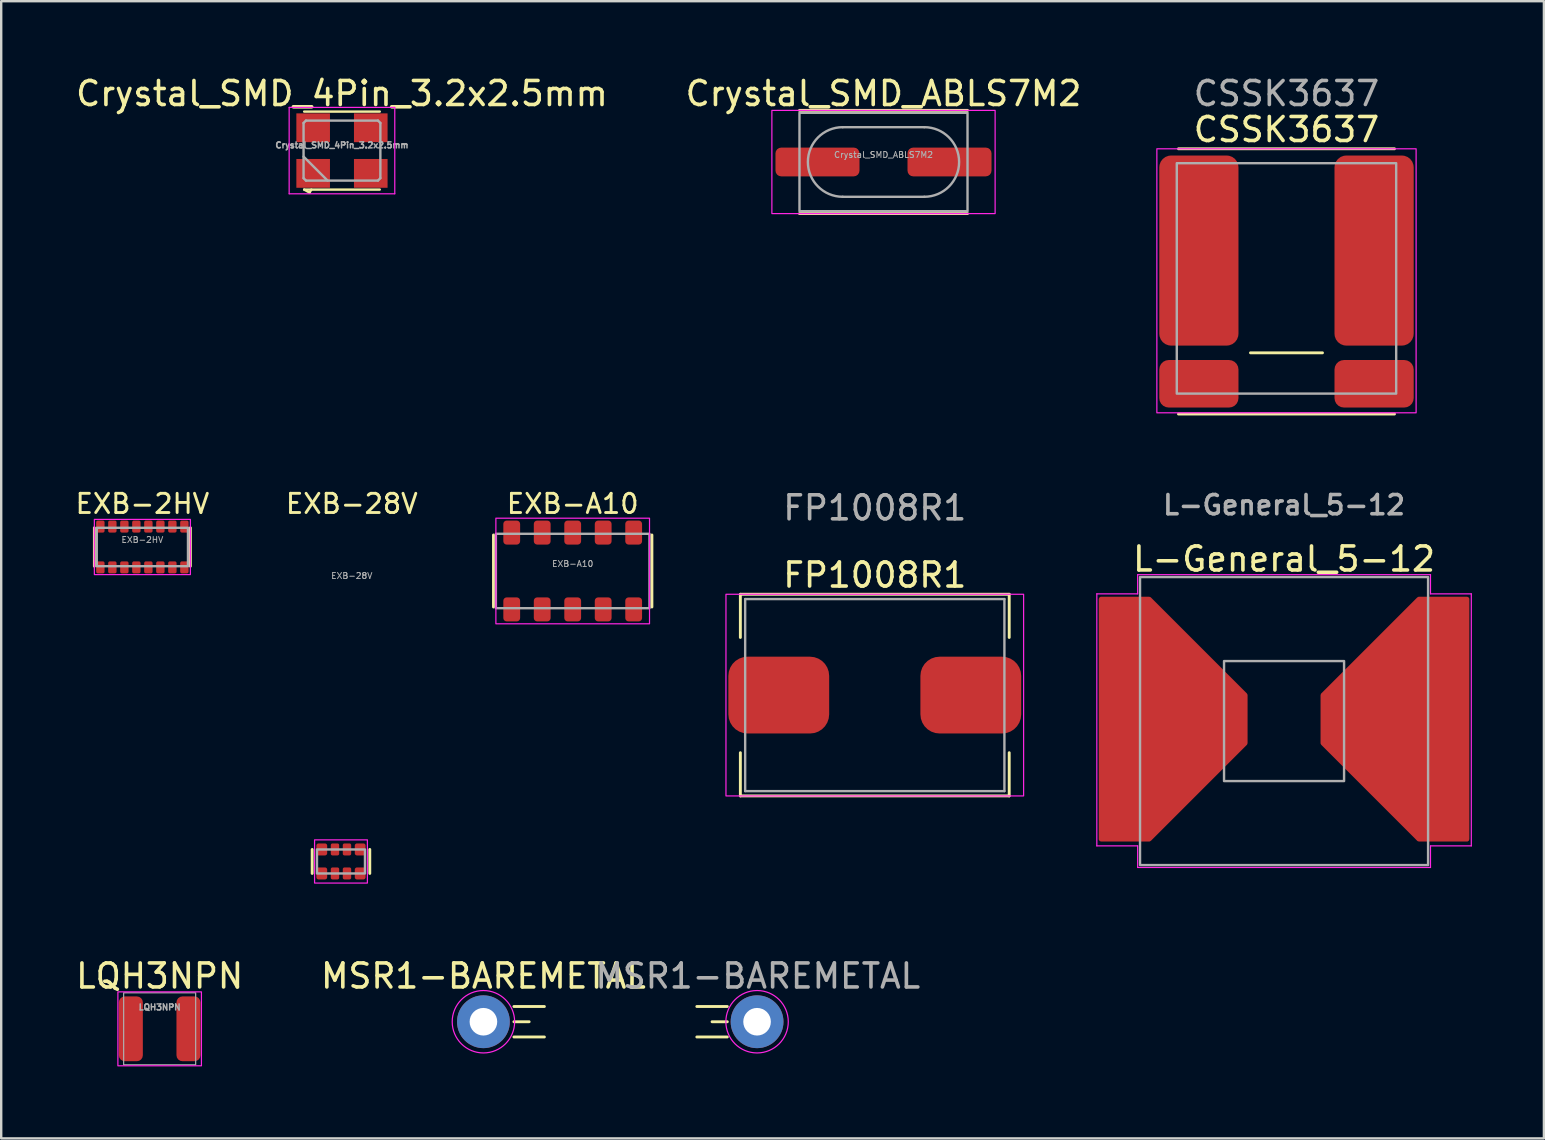
<source format=kicad_pcb>
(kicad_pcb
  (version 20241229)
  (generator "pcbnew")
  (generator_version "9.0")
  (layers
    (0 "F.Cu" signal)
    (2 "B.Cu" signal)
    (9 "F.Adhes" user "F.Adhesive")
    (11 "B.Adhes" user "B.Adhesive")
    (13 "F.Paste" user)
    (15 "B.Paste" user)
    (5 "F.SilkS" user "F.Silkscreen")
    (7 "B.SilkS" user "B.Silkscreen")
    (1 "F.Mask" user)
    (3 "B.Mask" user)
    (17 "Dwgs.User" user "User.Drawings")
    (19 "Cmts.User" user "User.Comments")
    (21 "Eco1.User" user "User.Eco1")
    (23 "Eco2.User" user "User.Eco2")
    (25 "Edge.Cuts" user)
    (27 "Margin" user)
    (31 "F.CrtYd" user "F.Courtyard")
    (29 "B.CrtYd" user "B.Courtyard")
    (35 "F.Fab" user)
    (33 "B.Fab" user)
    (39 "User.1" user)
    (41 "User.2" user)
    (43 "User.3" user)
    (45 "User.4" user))
  (footprint "Crystal_SMD_4Pin_3.2x2.5mm"
    (layer "F.Cu")
    (at 11.196 3.223)
    (property "Reference" "Crystal_SMD_4Pin_3.2x2.5mm" (at 0 -2.375 0) (layer "F.SilkS") (effects (font (size 1 1) (thickness 0.15))))
    (attr smd)
    (fp_line (start -1.575 -1.625) (end 1.575 -1.625) (stroke (width 0.1) (type solid)) (layer "F.SilkS"))
    (fp_line (start -1.575 1.625) (end -1.35 1.75) (stroke (width 0.1) (type solid)) (layer "F.SilkS"))
    (fp_line (start -1.575 1.625) (end 1.575 1.625) (stroke (width 0.1) (type solid)) (layer "F.SilkS"))
    (fp_line (start -1.35 1.75) (end -1.275 1.625) (stroke (width 0.1) (type solid)) (layer "F.SilkS"))
    (fp_line (start -2.2 -1.8) (end -2.2 1.8) (stroke (width 0.05) (type solid)) (layer "F.CrtYd"))
    (fp_line (start -2.2 1.8) (end 2.2 1.8) (stroke (width 0.05) (type solid)) (layer "F.CrtYd"))
    (fp_line (start 2.2 -1.8) (end -2.2 -1.8) (stroke (width 0.05) (type solid)) (layer "F.CrtYd"))
    (fp_line (start 2.2 1.8) (end 2.2 -1.8) (stroke (width 0.05) (type solid)) (layer "F.CrtYd"))
    (fp_line (start -1.6 -1.15) (end -1.5 -1.25) (stroke (width 0.1) (type solid)) (layer "F.Fab"))
    (fp_line (start -1.6 0.25) (end -0.6 1.25) (stroke (width 0.1) (type solid)) (layer "F.Fab"))
    (fp_line (start -1.6 1.15) (end -1.6 -1.15) (stroke (width 0.1) (type solid)) (layer "F.Fab"))
    (fp_line (start -1.5 -1.25) (end 1.5 -1.25) (stroke (width 0.1) (type solid)) (layer "F.Fab"))
    (fp_line (start -1.5 1.25) (end -1.6 1.15) (stroke (width 0.1) (type solid)) (layer "F.Fab"))
    (fp_line (start 1.5 -1.25) (end 1.6 -1.15) (stroke (width 0.1) (type solid)) (layer "F.Fab"))
    (fp_line (start 1.5 1.25) (end -1.5 1.25) (stroke (width 0.1) (type solid)) (layer "F.Fab"))
    (fp_line (start 1.6 -1.15) (end 1.6 1.15) (stroke (width 0.1) (type solid)) (layer "F.Fab"))
    (fp_line (start 1.6 1.15) (end 1.5 1.25) (stroke (width 0.1) (type solid)) (layer "F.Fab"))
    (fp_text user "${REFERENCE}" (at 0 -0.225 0) (layer "F.Fab") (effects (font (size 0.25 0.25) (thickness 0.062))))
    (pad "1" smd rect (at -1.2 0.95) (size 1.4 1.2) (layers "F.Cu" "F.Mask" "F.Paste"))
    (pad "2" smd rect (at 1.2 0.95) (size 1.4 1.2) (layers "F.Cu" "F.Mask" "F.Paste"))
    (pad "3" smd rect (at 1.2 -0.95) (size 1.4 1.2) (layers "F.Cu" "F.Mask" "F.Paste"))
    (pad "4" smd rect (at -1.2 -0.95) (size 1.4 1.2) (layers "F.Cu" "F.Mask" "F.Paste")))
  (footprint "EXB-28V"
    (layer "F.Cu")
    (at 11.155 32.837)
    (property "Reference" "EXB-28V" (at 0.45 -14.9 0) (unlocked yes) (layer "F.SilkS") (effects (font (size 0.8 0.8) (thickness 0.12))))
    (attr smd)
    (fp_line (start -1.2 -0.5) (end -1.2 0.5) (stroke (width 0.12) (type default)) (layer "F.SilkS"))
    (fp_line (start 1.2 -0.5) (end 1.2 0.5) (stroke (width 0.12) (type default)) (layer "F.SilkS"))
    (fp_rect (start -1.1 -0.9) (end 1.1 0.9) (stroke (width 0.05) (type default)) (fill no) (layer "F.CrtYd"))
    (fp_rect (start -1 -0.5) (end 1 0.5) (stroke (width 0.1) (type default)) (fill no) (layer "F.Fab"))
    (fp_text user "${REFERENCE}" (at 0.45 -11.9 0) (unlocked yes) (layer "F.Fab") (effects (font (size 0.25 0.25) (thickness 0.04))))
    (pad "1" smd roundrect (at -0.8 0.5) (size 0.45 0.5) (layers "F.Cu" "F.Mask" "F.Paste") (roundrect_rratio 0.2))
    (pad "2" smd roundrect (at -0.25 0.5) (size 0.35 0.5) (layers "F.Cu" "F.Mask" "F.Paste") (roundrect_rratio 0.2))
    (pad "3" smd roundrect (at 0.25 0.5) (size 0.35 0.5) (layers "F.Cu" "F.Mask" "F.Paste") (roundrect_rratio 0.2))
    (pad "4" smd roundrect (at 0.8 0.5) (size 0.45 0.5) (layers "F.Cu" "F.Mask" "F.Paste") (roundrect_rratio 0.2))
    (pad "5" smd roundrect (at 0.8 -0.5) (size 0.45 0.5) (layers "F.Cu" "F.Mask" "F.Paste") (roundrect_rratio 0.2))
    (pad "6" smd roundrect (at 0.25 -0.5) (size 0.35 0.5) (layers "F.Cu" "F.Mask" "F.Paste") (roundrect_rratio 0.2))
    (pad "7" smd roundrect (at -0.25 -0.5) (size 0.35 0.5) (layers "F.Cu" "F.Mask" "F.Paste") (roundrect_rratio 0.2))
    (pad "8" smd roundrect (at -0.8 -0.5) (size 0.45 0.5) (layers "F.Cu" "F.Mask" "F.Paste") (roundrect_rratio 0.2)))
  (footprint "L-General_5-12"
    (layer "F.Cu")
    (at 50.443 26.989)
    (property "Reference" "L-General_5-12" (at 0 -6.75 0) (unlocked yes) (layer "F.SilkS") (effects (font (size 1 1) (thickness 0.15))))
    (attr smd)
    (fp_line (start -7.8 -5.3) (end -6.1 -5.3) (stroke (width 0.05) (type solid)) (layer "F.CrtYd"))
    (fp_line (start -7.8 5.2) (end -7.8 -5.3) (stroke (width 0.05) (type solid)) (layer "F.CrtYd"))
    (fp_line (start -6.1 -6.1) (end 6.1 -6.1) (stroke (width 0.05) (type solid)) (layer "F.CrtYd"))
    (fp_line (start -6.1 -5.3) (end -6.1 -6.1) (stroke (width 0.05) (type solid)) (layer "F.CrtYd"))
    (fp_line (start -6.1 5.2) (end -7.8 5.2) (stroke (width 0.05) (type solid)) (layer "F.CrtYd"))
    (fp_line (start -6.1 6.1) (end -6.1 5.2) (stroke (width 0.05) (type solid)) (layer "F.CrtYd"))
    (fp_line (start 6.1 -6.1) (end 6.1 -5.3) (stroke (width 0.05) (type solid)) (layer "F.CrtYd"))
    (fp_line (start 6.1 -5.3) (end 7.8 -5.3) (stroke (width 0.05) (type solid)) (layer "F.CrtYd"))
    (fp_line (start 6.1 5.2) (end 6.1 6.1) (stroke (width 0.05) (type solid)) (layer "F.CrtYd"))
    (fp_line (start 6.1 6.1) (end -6.1 6.1) (stroke (width 0.05) (type solid)) (layer "F.CrtYd"))
    (fp_line (start 7.8 -5.3) (end 7.8 5.2) (stroke (width 0.05) (type solid)) (layer "F.CrtYd"))
    (fp_line (start 7.8 5.2) (end 6.1 5.2) (stroke (width 0.05) (type solid)) (layer "F.CrtYd"))
    (fp_rect (start -6 -6) (end 6 6) (stroke (width 0.1) (type solid)) (fill no) (layer "F.Fab"))
    (fp_rect (start -2.5 -2.5) (end 2.5 2.5) (stroke (width 0.1) (type solid)) (fill no) (layer "F.Fab"))
    (fp_text user "${REFERENCE}" (at 0 -9 0) (unlocked yes) (layer "F.Fab") (effects (font (size 0.8 0.8) (thickness 0.15))))
    (pad "1" smd custom (at -7.62 -5.08) (size 0.001 0.001) (layers "F.Cu" "F.Mask" "F.Paste") (options (anchor rect)) (primitives (gr_poly (pts (xy 0 0) (xy 2 0) (xy 6 4) (xy 6 6) (xy 2 10) (xy 0 10)) (width 0.2) (fill yes))))
    (pad "2" smd custom (at 7.62 -5.08) (size 0.001 0.001) (layers "F.Cu" "F.Mask" "F.Paste") (options (anchor rect)) (primitives (gr_poly (pts (xy 0 0) (xy -2 0) (xy -6 4) (xy -6 6) (xy -2 10) (xy 0 10)) (width 0.2) (fill yes)))))
  (footprint "MSR1-BAREMETAL"
    (layer "F.Cu")
    (at 17.089 39.515)
    (property "Reference" "MSR1-BAREMETAL" (at 0 -1.905 0) (unlocked yes) (layer "F.SilkS") (effects (font (size 1 1) (thickness 0.15))))
    (attr through_hole)
    (fp_line (start 1.27 -0.635) (end 2.54 -0.635) (stroke (width 0.12) (type solid)) (layer "F.SilkS"))
    (fp_line (start 1.27 0) (end 1.905 0) (stroke (width 0.12) (type solid)) (layer "F.SilkS"))
    (fp_line (start 1.27 0.635) (end 2.54 0.635) (stroke (width 0.12) (type solid)) (layer "F.SilkS"))
    (fp_line (start 10.16 -0.635) (end 8.89 -0.635) (stroke (width 0.12) (type solid)) (layer "F.SilkS"))
    (fp_line (start 10.16 0) (end 9.525 0) (stroke (width 0.12) (type solid)) (layer "F.SilkS"))
    (fp_line (start 10.16 0.635) (end 8.89 0.635) (stroke (width 0.12) (type solid)) (layer "F.SilkS"))
    (fp_circle (center 0 0) (end 0 -1.3) (stroke (width 0.05) (type solid)) (fill no) (layer "F.CrtYd"))
    (fp_circle (center 11.4 0) (end 11.4 -1.3) (stroke (width 0.05) (type solid)) (fill no) (layer "F.CrtYd"))
    (fp_text user "${REFERENCE}" (at 11.43 -1.905 0) (unlocked yes) (layer "F.Fab") (effects (font (size 1 1) (thickness 0.15))))
    (pad "1" thru_hole circle (at 0 0) (size 2.2 2.2) (drill 1.15) (layers "*.Cu" "*.Mask"))
    (pad "2" thru_hole circle (at 11.4 0) (size 2.2 2.2) (drill 1.15) (layers "*.Cu" "*.Mask")))
  (footprint "FP1008R1"
    (layer "F.Cu")
    (at 33.393 25.907)
    (property "Reference" "FP1008R1" (at 0 -5 0) (unlocked yes) (layer "F.SilkS") (effects (font (size 1 1) (thickness 0.15))))
    (attr smd)
    (fp_line (start -5.6 -4.2) (end -5.6 -2.4) (stroke (width 0.12) (type solid)) (layer "F.SilkS"))
    (fp_line (start -5.6 -4.2) (end 5.6 -4.2) (stroke (width 0.12) (type solid)) (layer "F.SilkS"))
    (fp_line (start -5.6 4.2) (end -5.6 2.4) (stroke (width 0.12) (type solid)) (layer "F.SilkS"))
    (fp_line (start 5.6 -4.2) (end 5.6 -2.4) (stroke (width 0.12) (type solid)) (layer "F.SilkS"))
    (fp_line (start 5.6 4.2) (end -5.6 4.2) (stroke (width 0.12) (type solid)) (layer "F.SilkS"))
    (fp_line (start 5.6 4.2) (end 5.6 2.4) (stroke (width 0.12) (type solid)) (layer "F.SilkS"))
    (fp_rect (start -6.2 -4.2) (end 6.2 4.2) (stroke (width 0.05) (type solid)) (fill no) (layer "F.CrtYd"))
    (fp_line (start -5.4 -4) (end 5.4 -4) (stroke (width 0.1) (type solid)) (layer "F.Fab"))
    (fp_line (start -5.4 4) (end -5.4 -4) (stroke (width 0.1) (type solid)) (layer "F.Fab"))
    (fp_line (start 5.4 -4) (end 5.4 4) (stroke (width 0.1) (type solid)) (layer "F.Fab"))
    (fp_line (start 5.4 4) (end -5.4 4) (stroke (width 0.1) (type solid)) (layer "F.Fab"))
    (fp_text user "${REFERENCE}" (at 0 -7.8 0) (unlocked yes) (layer "F.Fab") (effects (font (size 1 1) (thickness 0.15))))
    (pad "1" smd roundrect (at -4 0) (size 4.2 3.2) (layers "F.Cu" "F.Mask" "F.Paste") (roundrect_rratio 0.25))
    (pad "2" smd roundrect (at 4 0) (size 4.2 3.2) (layers "F.Cu" "F.Mask" "F.Paste") (roundrect_rratio 0.25)))
  (footprint "EXB-2HV"
    (layer "F.Cu")
    (at 2.881 19.737)
    (property "Reference" "EXB-2HV" (at 0 -1.8 0) (unlocked yes) (layer "F.SilkS") (effects (font (size 0.8 0.8) (thickness 0.12))))
    (attr smd)
    (fp_line (start -2 -0.8) (end -2 0.8) (stroke (width 0.12) (type default)) (layer "F.SilkS"))
    (fp_line (start 2 -0.8) (end 2 0.8) (stroke (width 0.12) (type default)) (layer "F.SilkS"))
    (fp_rect (start -2 -1.15) (end 2 1.15) (stroke (width 0.05) (type default)) (fill no) (layer "F.CrtYd"))
    (fp_rect (start -1.9 -0.8) (end 1.9 0.8) (stroke (width 0.1) (type default)) (fill no) (layer "F.Fab"))
    (fp_text user "${REFERENCE}" (at 0 -0.3 0) (unlocked yes) (layer "F.Fab") (effects (font (size 0.25 0.25) (thickness 0.04))))
    (pad "1" smd roundrect (at -1.75 0.85) (size 0.35 0.5) (layers "F.Cu" "F.Mask" "F.Paste") (roundrect_rratio 0.2))
    (pad "2" smd roundrect (at -1.25 0.85) (size 0.35 0.5) (layers "F.Cu" "F.Mask" "F.Paste") (roundrect_rratio 0.2))
    (pad "3" smd roundrect (at -0.75 0.85) (size 0.35 0.5) (layers "F.Cu" "F.Mask" "F.Paste") (roundrect_rratio 0.2))
    (pad "4" smd roundrect (at -0.25 0.85) (size 0.35 0.5) (layers "F.Cu" "F.Mask" "F.Paste") (roundrect_rratio 0.2))
    (pad "5" smd roundrect (at 0.25 0.85) (size 0.35 0.5) (layers "F.Cu" "F.Mask" "F.Paste") (roundrect_rratio 0.2))
    (pad "6" smd roundrect (at 0.75 0.85) (size 0.35 0.5) (layers "F.Cu" "F.Mask" "F.Paste") (roundrect_rratio 0.2))
    (pad "7" smd roundrect (at 1.25 0.85) (size 0.35 0.5) (layers "F.Cu" "F.Mask" "F.Paste") (roundrect_rratio 0.2))
    (pad "8" smd roundrect (at 1.75 0.85) (size 0.35 0.5) (layers "F.Cu" "F.Mask" "F.Paste") (roundrect_rratio 0.2))
    (pad "9" smd roundrect (at 1.75 -0.85) (size 0.35 0.5) (layers "F.Cu" "F.Mask" "F.Paste") (roundrect_rratio 0.2))
    (pad "10" smd roundrect (at 1.25 -0.85) (size 0.35 0.5) (layers "F.Cu" "F.Mask" "F.Paste") (roundrect_rratio 0.2))
    (pad "11" smd roundrect (at 0.75 -0.85) (size 0.35 0.5) (layers "F.Cu" "F.Mask" "F.Paste") (roundrect_rratio 0.2))
    (pad "12" smd roundrect (at 0.25 -0.85) (size 0.35 0.5) (layers "F.Cu" "F.Mask" "F.Paste") (roundrect_rratio 0.2))
    (pad "13" smd roundrect (at -0.25 -0.85) (size 0.35 0.5) (layers "F.Cu" "F.Mask" "F.Paste") (roundrect_rratio 0.2))
    (pad "14" smd roundrect (at -0.75 -0.85) (size 0.35 0.5) (layers "F.Cu" "F.Mask" "F.Paste") (roundrect_rratio 0.2))
    (pad "15" smd roundrect (at -1.25 -0.85) (size 0.35 0.5) (layers "F.Cu" "F.Mask" "F.Paste") (roundrect_rratio 0.2))
    (pad "16" smd roundrect (at -1.75 -0.85) (size 0.35 0.5) (layers "F.Cu" "F.Mask" "F.Paste") (roundrect_rratio 0.2)))
  (footprint "CSSK3637"
    (layer "F.Cu")
    (at 50.544 11.348)
    (property "Reference" "CSSK3637" (at 0 -9 0) (unlocked yes) (layer "F.SilkS") (effects (font (size 1 1) (thickness 0.15))))
    (attr smd)
    (fp_line (start -4.5 -8.2) (end 4.5 -8.2) (stroke (width 0.12) (type solid)) (layer "F.SilkS"))
    (fp_line (start -4.5 2.85) (end 4.5 2.85) (stroke (width 0.12) (type solid)) (layer "F.SilkS"))
    (fp_line (start -1.5 0.3) (end 1.5 0.3) (stroke (width 0.12) (type solid)) (layer "F.SilkS"))
    (fp_rect (start -5.4 -8.2) (end 5.4 2.8) (stroke (width 0.05) (type solid)) (fill no) (layer "F.CrtYd"))
    (fp_rect (start -4.57 -7.6) (end 4.57 2) (stroke (width 0.1) (type solid)) (fill no) (layer "F.Fab"))
    (fp_text user "${REFERENCE}" (at 0 -10.5 0) (unlocked yes) (layer "F.Fab") (effects (font (size 1 1) (thickness 0.15))))
    (pad "1" smd roundrect (at -3.65 -3.96) (size 3.3 7.92) (layers "F.Cu" "F.Mask" "F.Paste") (roundrect_rratio 0.15))
    (pad "2" smd roundrect (at -3.65 1.59) (size 3.3 1.98) (layers "F.Cu" "F.Mask" "F.Paste") (roundrect_rratio 0.2))
    (pad "3" smd roundrect (at 3.65 1.59) (size 3.3 1.98) (layers "F.Cu" "F.Mask" "F.Paste") (roundrect_rratio 0.2))
    (pad "4" smd roundrect (at 3.65 -3.96) (size 3.3 7.92) (layers "F.Cu" "F.Mask" "F.Paste") (roundrect_rratio 0.15)))
  (footprint "EXB-A10"
    (layer "F.Cu")
    (at 20.808 20.737)
    (property "Reference" "EXB-A10" (at 0 -2.8 0) (unlocked yes) (layer "F.SilkS") (effects (font (size 0.8 0.8) (thickness 0.12))))
    (attr smd)
    (fp_line (start -3.3 -1.5) (end -3.3 1.5) (stroke (width 0.12) (type default)) (layer "F.SilkS"))
    (fp_line (start 3.3 -1.5) (end 3.3 1.5) (stroke (width 0.12) (type default)) (layer "F.SilkS"))
    (fp_rect (start -3.2 -2.2) (end 3.2 2.2) (stroke (width 0.05) (type default)) (fill no) (layer "F.CrtYd"))
    (fp_rect (start -3.2 -1.55) (end 3.2 1.55) (stroke (width 0.1) (type default)) (fill no) (layer "F.Fab"))
    (fp_text user "${REFERENCE}" (at 0 -0.3 0) (unlocked yes) (layer "F.Fab") (effects (font (size 0.25 0.25) (thickness 0.04))))
    (pad "1" smd roundrect (at -2.54 1.6) (size 0.7 1) (layers "F.Cu" "F.Mask" "F.Paste") (roundrect_rratio 0.2))
    (pad "2" smd roundrect (at -1.27 1.6) (size 0.7 1) (layers "F.Cu" "F.Mask" "F.Paste") (roundrect_rratio 0.2))
    (pad "3" smd roundrect (at 0 1.6) (size 0.7 1) (layers "F.Cu" "F.Mask" "F.Paste") (roundrect_rratio 0.2))
    (pad "4" smd roundrect (at 1.27 1.6) (size 0.7 1) (layers "F.Cu" "F.Mask" "F.Paste") (roundrect_rratio 0.2))
    (pad "5" smd roundrect (at 2.54 1.6) (size 0.7 1) (layers "F.Cu" "F.Mask" "F.Paste") (roundrect_rratio 0.2))
    (pad "6" smd roundrect (at 2.54 -1.6) (size 0.7 1) (layers "F.Cu" "F.Mask" "F.Paste") (roundrect_rratio 0.2))
    (pad "7" smd roundrect (at 1.27 -1.6) (size 0.7 1) (layers "F.Cu" "F.Mask" "F.Paste") (roundrect_rratio 0.2))
    (pad "8" smd roundrect (at 0 -1.6) (size 0.7 1) (layers "F.Cu" "F.Mask" "F.Paste") (roundrect_rratio 0.2))
    (pad "9" smd roundrect (at -1.27 -1.6) (size 0.7 1) (layers "F.Cu" "F.Mask" "F.Paste") (roundrect_rratio 0.2))
    (pad "10" smd roundrect (at -2.54 -1.6) (size 0.7 1) (layers "F.Cu" "F.Mask" "F.Paste") (roundrect_rratio 0.2)))
  (footprint "LQH3NPN"
    (layer "F.Cu")
    (at 3.601 39.81)
    (property "Reference" "LQH3NPN" (at 0 -2.2 0) (unlocked yes) (layer "F.SilkS") (effects (font (size 1 1) (thickness 0.15))))
    (attr smd)
    (fp_rect (start -1.74 -1.54) (end 1.74 1.54) (stroke (width 0.05) (type solid)) (fill no) (layer "F.CrtYd"))
    (fp_rect (start -1.5 -1.5) (end 1.5 1.5) (stroke (width 0.05) (type solid)) (fill no) (layer "F.Fab"))
    (fp_text user "${REFERENCE}" (at 0 -0.9 0) (unlocked yes) (layer "F.Fab") (effects (font (size 0.25 0.25) (thickness 0.062))))
    (pad "1" smd roundrect (at -1.2 0) (size 1 2.7) (layers "F.Cu" "F.Mask" "F.Paste") (roundrect_rratio 0.25))
    (pad "2" smd roundrect (at 1.2 0) (size 1 2.7) (layers "F.Cu" "F.Mask" "F.Paste") (roundrect_rratio 0.25)))
  (footprint "Crystal_SMD_ABLS7M2"
    (layer "F.Cu")
    (at 33.756 3.698)
    (property "Reference" "Crystal_SMD_ABLS7M2" (at 0 -2.85 0) (unlocked yes) (layer "F.SilkS") (effects (font (size 1 1) (thickness 0.15))))
    (attr smd)
    (fp_line (start -3.5 -2.15) (end 3.5 -2.15) (stroke (width 0.12) (type default)) (layer "F.SilkS"))
    (fp_line (start -3.5 2.15) (end 3.5 2.15) (stroke (width 0.12) (type default)) (layer "F.SilkS"))
    (fp_rect (start -4.65 -2.15) (end 4.65 2.15) (stroke (width 0.05) (type default)) (fill no) (layer "F.CrtYd"))
    (fp_line (start -1.7 -1.45) (end 1.7 -1.45) (stroke (width 0.1) (type default)) (layer "F.Fab"))
    (fp_line (start -1.7 1.45) (end 1.7 1.45) (stroke (width 0.1) (type default)) (layer "F.Fab"))
    (fp_rect (start -3.5 -2.05) (end 3.5 2.05) (stroke (width 0.1) (type default)) (fill no) (layer "F.Fab"))
    (fp_arc (start -1.7 1.45) (mid -3.15 0) (end -1.7 -1.45) (stroke (width 0.1) (type default)) (layer "F.Fab"))
    (fp_arc (start 1.7 -1.45) (mid 3.15 0) (end 1.7 1.45) (stroke (width 0.1) (type default)) (layer "F.Fab"))
    (fp_text user "${REFERENCE}" (at 0 -0.3 0) (unlocked yes) (layer "F.Fab") (effects (font (size 0.25 0.25) (thickness 0.04))))
    (pad "1" smd roundrect (at -2.75 0) (size 3.5 1.2) (layers "F.Cu" "F.Mask" "F.Paste") (roundrect_rratio 0.2))
    (pad "2" smd roundrect (at 2.75 0) (size 3.5 1.2) (layers "F.Cu" "F.Mask" "F.Paste") (roundrect_rratio 0.2)))
  (gr_rect
    (start -3 -3)
    (end 61.268 44.375)
    (stroke (width 0.1) (type default))
    (fill no)
    (layer "Edge.Cuts")))
</source>
